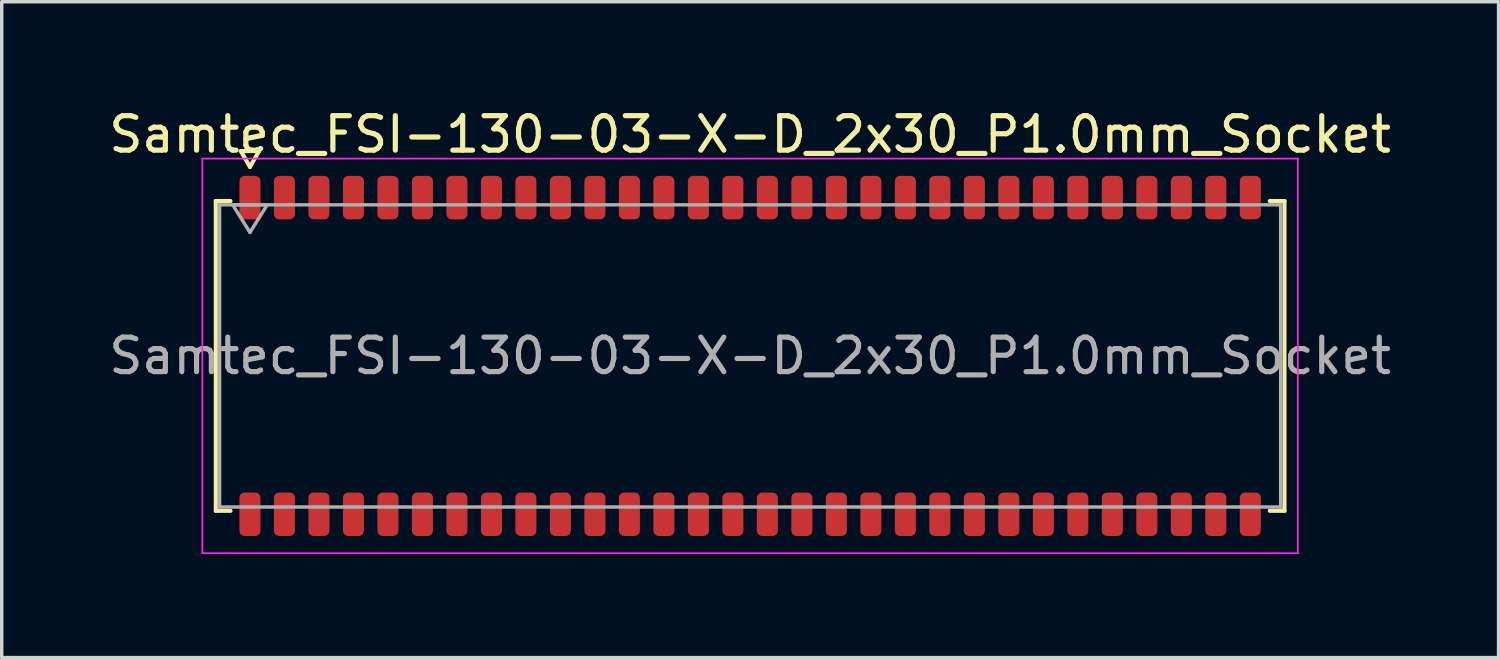
<source format=kicad_pcb>
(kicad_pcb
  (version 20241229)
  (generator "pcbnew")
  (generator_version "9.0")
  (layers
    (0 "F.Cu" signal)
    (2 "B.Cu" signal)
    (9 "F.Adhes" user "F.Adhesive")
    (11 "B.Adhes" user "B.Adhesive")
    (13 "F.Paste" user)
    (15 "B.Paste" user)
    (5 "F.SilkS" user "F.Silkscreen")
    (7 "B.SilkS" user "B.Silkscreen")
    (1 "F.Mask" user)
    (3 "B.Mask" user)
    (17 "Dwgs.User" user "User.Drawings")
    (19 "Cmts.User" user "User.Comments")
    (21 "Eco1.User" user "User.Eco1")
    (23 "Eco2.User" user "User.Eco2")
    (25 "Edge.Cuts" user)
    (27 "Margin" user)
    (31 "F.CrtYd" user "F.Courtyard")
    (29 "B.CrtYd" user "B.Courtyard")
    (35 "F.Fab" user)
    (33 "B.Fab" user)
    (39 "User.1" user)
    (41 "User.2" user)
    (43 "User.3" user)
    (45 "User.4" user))
  (footprint "Samtec_FSI-130-03-X-D_2x30_P1.0mm_Socket"
    (layer "F.Cu")
    (at 18.696 7.268)
    (property "Reference" "Samtec_FSI-130-03-X-D_2x30_P1.0mm_Socket" (at 0 -6.42 0) (layer "F.SilkS") (effects (font (size 1 1) (thickness 0.15))))
    (attr smd)
    (fp_line (start -15.49 -4.49) (end -15.065 -4.49) (stroke (width 0.12) (type solid)) (layer "F.SilkS"))
    (fp_line (start -15.49 4.49) (end -15.49 -4.49) (stroke (width 0.12) (type solid)) (layer "F.SilkS"))
    (fp_line (start -15.065 4.49) (end -15.49 4.49) (stroke (width 0.12) (type solid)) (layer "F.SilkS"))
    (fp_line (start -14.764 -5.938) (end -14.5 -5.48) (stroke (width 0.12) (type solid)) (layer "F.SilkS"))
    (fp_line (start -14.5 -5.48) (end -14.236 -5.938) (stroke (width 0.12) (type solid)) (layer "F.SilkS"))
    (fp_line (start -14.236 -5.938) (end -14.764 -5.938) (stroke (width 0.12) (type solid)) (layer "F.SilkS"))
    (fp_line (start 15.065 -4.49) (end 15.49 -4.49) (stroke (width 0.12) (type solid)) (layer "F.SilkS"))
    (fp_line (start 15.49 -4.49) (end 15.49 4.49) (stroke (width 0.12) (type solid)) (layer "F.SilkS"))
    (fp_line (start 15.49 4.49) (end 15.065 4.49) (stroke (width 0.12) (type solid)) (layer "F.SilkS"))
    (fp_line (start -15.88 -5.72) (end -15.88 5.72) (stroke (width 0.05) (type solid)) (layer "F.CrtYd"))
    (fp_line (start -15.88 5.72) (end 15.88 5.72) (stroke (width 0.05) (type solid)) (layer "F.CrtYd"))
    (fp_line (start 15.88 -5.72) (end -15.88 -5.72) (stroke (width 0.05) (type solid)) (layer "F.CrtYd"))
    (fp_line (start 15.88 5.72) (end 15.88 -5.72) (stroke (width 0.05) (type solid)) (layer "F.CrtYd"))
    (fp_line (start -15.38 -4.38) (end 15.38 -4.38) (stroke (width 0.1) (type solid)) (layer "F.Fab"))
    (fp_line (start -15.38 4.38) (end -15.38 -4.38) (stroke (width 0.1) (type solid)) (layer "F.Fab"))
    (fp_line (start -15 -4.38) (end -14.5 -3.58) (stroke (width 0.1) (type solid)) (layer "F.Fab"))
    (fp_line (start -14.5 -3.58) (end -14 -4.38) (stroke (width 0.1) (type solid)) (layer "F.Fab"))
    (fp_line (start -14 -4.38) (end -15 -4.38) (stroke (width 0.1) (type solid)) (layer "F.Fab"))
    (fp_line (start 15.38 -4.38) (end 15.38 4.38) (stroke (width 0.1) (type solid)) (layer "F.Fab"))
    (fp_line (start 15.38 4.38) (end -15.38 4.38) (stroke (width 0.1) (type solid)) (layer "F.Fab"))
    (fp_text user "${REFERENCE}" (at 0 0 0) (layer "F.Fab") (effects (font (size 1 1) (thickness 0.15))))
    (pad "1" smd roundrect (at -14.5 -4.59) (size 0.61 1.26) (layers "F.Cu" "F.Mask" "F.Paste") (roundrect_rratio 0.25))
    (pad "2" smd roundrect (at -14.5 4.59) (size 0.61 1.26) (layers "F.Cu" "F.Mask" "F.Paste") (roundrect_rratio 0.25))
    (pad "3" smd roundrect (at -13.5 -4.59) (size 0.61 1.26) (layers "F.Cu" "F.Mask" "F.Paste") (roundrect_rratio 0.25))
    (pad "4" smd roundrect (at -13.5 4.59) (size 0.61 1.26) (layers "F.Cu" "F.Mask" "F.Paste") (roundrect_rratio 0.25))
    (pad "5" smd roundrect (at -12.5 -4.59) (size 0.61 1.26) (layers "F.Cu" "F.Mask" "F.Paste") (roundrect_rratio 0.25))
    (pad "6" smd roundrect (at -12.5 4.59) (size 0.61 1.26) (layers "F.Cu" "F.Mask" "F.Paste") (roundrect_rratio 0.25))
    (pad "7" smd roundrect (at -11.5 -4.59) (size 0.61 1.26) (layers "F.Cu" "F.Mask" "F.Paste") (roundrect_rratio 0.25))
    (pad "8" smd roundrect (at -11.5 4.59) (size 0.61 1.26) (layers "F.Cu" "F.Mask" "F.Paste") (roundrect_rratio 0.25))
    (pad "9" smd roundrect (at -10.5 -4.59) (size 0.61 1.26) (layers "F.Cu" "F.Mask" "F.Paste") (roundrect_rratio 0.25))
    (pad "10" smd roundrect (at -10.5 4.59) (size 0.61 1.26) (layers "F.Cu" "F.Mask" "F.Paste") (roundrect_rratio 0.25))
    (pad "11" smd roundrect (at -9.5 -4.59) (size 0.61 1.26) (layers "F.Cu" "F.Mask" "F.Paste") (roundrect_rratio 0.25))
    (pad "12" smd roundrect (at -9.5 4.59) (size 0.61 1.26) (layers "F.Cu" "F.Mask" "F.Paste") (roundrect_rratio 0.25))
    (pad "13" smd roundrect (at -8.5 -4.59) (size 0.61 1.26) (layers "F.Cu" "F.Mask" "F.Paste") (roundrect_rratio 0.25))
    (pad "14" smd roundrect (at -8.5 4.59) (size 0.61 1.26) (layers "F.Cu" "F.Mask" "F.Paste") (roundrect_rratio 0.25))
    (pad "15" smd roundrect (at -7.5 -4.59) (size 0.61 1.26) (layers "F.Cu" "F.Mask" "F.Paste") (roundrect_rratio 0.25))
    (pad "16" smd roundrect (at -7.5 4.59) (size 0.61 1.26) (layers "F.Cu" "F.Mask" "F.Paste") (roundrect_rratio 0.25))
    (pad "17" smd roundrect (at -6.5 -4.59) (size 0.61 1.26) (layers "F.Cu" "F.Mask" "F.Paste") (roundrect_rratio 0.25))
    (pad "18" smd roundrect (at -6.5 4.59) (size 0.61 1.26) (layers "F.Cu" "F.Mask" "F.Paste") (roundrect_rratio 0.25))
    (pad "19" smd roundrect (at -5.5 -4.59) (size 0.61 1.26) (layers "F.Cu" "F.Mask" "F.Paste") (roundrect_rratio 0.25))
    (pad "20" smd roundrect (at -5.5 4.59) (size 0.61 1.26) (layers "F.Cu" "F.Mask" "F.Paste") (roundrect_rratio 0.25))
    (pad "21" smd roundrect (at -4.5 -4.59) (size 0.61 1.26) (layers "F.Cu" "F.Mask" "F.Paste") (roundrect_rratio 0.25))
    (pad "22" smd roundrect (at -4.5 4.59) (size 0.61 1.26) (layers "F.Cu" "F.Mask" "F.Paste") (roundrect_rratio 0.25))
    (pad "23" smd roundrect (at -3.5 -4.59) (size 0.61 1.26) (layers "F.Cu" "F.Mask" "F.Paste") (roundrect_rratio 0.25))
    (pad "24" smd roundrect (at -3.5 4.59) (size 0.61 1.26) (layers "F.Cu" "F.Mask" "F.Paste") (roundrect_rratio 0.25))
    (pad "25" smd roundrect (at -2.5 -4.59) (size 0.61 1.26) (layers "F.Cu" "F.Mask" "F.Paste") (roundrect_rratio 0.25))
    (pad "26" smd roundrect (at -2.5 4.59) (size 0.61 1.26) (layers "F.Cu" "F.Mask" "F.Paste") (roundrect_rratio 0.25))
    (pad "27" smd roundrect (at -1.5 -4.59) (size 0.61 1.26) (layers "F.Cu" "F.Mask" "F.Paste") (roundrect_rratio 0.25))
    (pad "28" smd roundrect (at -1.5 4.59) (size 0.61 1.26) (layers "F.Cu" "F.Mask" "F.Paste") (roundrect_rratio 0.25))
    (pad "29" smd roundrect (at -0.5 -4.59) (size 0.61 1.26) (layers "F.Cu" "F.Mask" "F.Paste") (roundrect_rratio 0.25))
    (pad "30" smd roundrect (at -0.5 4.59) (size 0.61 1.26) (layers "F.Cu" "F.Mask" "F.Paste") (roundrect_rratio 0.25))
    (pad "31" smd roundrect (at 0.5 -4.59) (size 0.61 1.26) (layers "F.Cu" "F.Mask" "F.Paste") (roundrect_rratio 0.25))
    (pad "32" smd roundrect (at 0.5 4.59) (size 0.61 1.26) (layers "F.Cu" "F.Mask" "F.Paste") (roundrect_rratio 0.25))
    (pad "33" smd roundrect (at 1.5 -4.59) (size 0.61 1.26) (layers "F.Cu" "F.Mask" "F.Paste") (roundrect_rratio 0.25))
    (pad "34" smd roundrect (at 1.5 4.59) (size 0.61 1.26) (layers "F.Cu" "F.Mask" "F.Paste") (roundrect_rratio 0.25))
    (pad "35" smd roundrect (at 2.5 -4.59) (size 0.61 1.26) (layers "F.Cu" "F.Mask" "F.Paste") (roundrect_rratio 0.25))
    (pad "36" smd roundrect (at 2.5 4.59) (size 0.61 1.26) (layers "F.Cu" "F.Mask" "F.Paste") (roundrect_rratio 0.25))
    (pad "37" smd roundrect (at 3.5 -4.59) (size 0.61 1.26) (layers "F.Cu" "F.Mask" "F.Paste") (roundrect_rratio 0.25))
    (pad "38" smd roundrect (at 3.5 4.59) (size 0.61 1.26) (layers "F.Cu" "F.Mask" "F.Paste") (roundrect_rratio 0.25))
    (pad "39" smd roundrect (at 4.5 -4.59) (size 0.61 1.26) (layers "F.Cu" "F.Mask" "F.Paste") (roundrect_rratio 0.25))
    (pad "40" smd roundrect (at 4.5 4.59) (size 0.61 1.26) (layers "F.Cu" "F.Mask" "F.Paste") (roundrect_rratio 0.25))
    (pad "41" smd roundrect (at 5.5 -4.59) (size 0.61 1.26) (layers "F.Cu" "F.Mask" "F.Paste") (roundrect_rratio 0.25))
    (pad "42" smd roundrect (at 5.5 4.59) (size 0.61 1.26) (layers "F.Cu" "F.Mask" "F.Paste") (roundrect_rratio 0.25))
    (pad "43" smd roundrect (at 6.5 -4.59) (size 0.61 1.26) (layers "F.Cu" "F.Mask" "F.Paste") (roundrect_rratio 0.25))
    (pad "44" smd roundrect (at 6.5 4.59) (size 0.61 1.26) (layers "F.Cu" "F.Mask" "F.Paste") (roundrect_rratio 0.25))
    (pad "45" smd roundrect (at 7.5 -4.59) (size 0.61 1.26) (layers "F.Cu" "F.Mask" "F.Paste") (roundrect_rratio 0.25))
    (pad "46" smd roundrect (at 7.5 4.59) (size 0.61 1.26) (layers "F.Cu" "F.Mask" "F.Paste") (roundrect_rratio 0.25))
    (pad "47" smd roundrect (at 8.5 -4.59) (size 0.61 1.26) (layers "F.Cu" "F.Mask" "F.Paste") (roundrect_rratio 0.25))
    (pad "48" smd roundrect (at 8.5 4.59) (size 0.61 1.26) (layers "F.Cu" "F.Mask" "F.Paste") (roundrect_rratio 0.25))
    (pad "49" smd roundrect (at 9.5 -4.59) (size 0.61 1.26) (layers "F.Cu" "F.Mask" "F.Paste") (roundrect_rratio 0.25))
    (pad "50" smd roundrect (at 9.5 4.59) (size 0.61 1.26) (layers "F.Cu" "F.Mask" "F.Paste") (roundrect_rratio 0.25))
    (pad "51" smd roundrect (at 10.5 -4.59) (size 0.61 1.26) (layers "F.Cu" "F.Mask" "F.Paste") (roundrect_rratio 0.25))
    (pad "52" smd roundrect (at 10.5 4.59) (size 0.61 1.26) (layers "F.Cu" "F.Mask" "F.Paste") (roundrect_rratio 0.25))
    (pad "53" smd roundrect (at 11.5 -4.59) (size 0.61 1.26) (layers "F.Cu" "F.Mask" "F.Paste") (roundrect_rratio 0.25))
    (pad "54" smd roundrect (at 11.5 4.59) (size 0.61 1.26) (layers "F.Cu" "F.Mask" "F.Paste") (roundrect_rratio 0.25))
    (pad "55" smd roundrect (at 12.5 -4.59) (size 0.61 1.26) (layers "F.Cu" "F.Mask" "F.Paste") (roundrect_rratio 0.25))
    (pad "56" smd roundrect (at 12.5 4.59) (size 0.61 1.26) (layers "F.Cu" "F.Mask" "F.Paste") (roundrect_rratio 0.25))
    (pad "57" smd roundrect (at 13.5 -4.59) (size 0.61 1.26) (layers "F.Cu" "F.Mask" "F.Paste") (roundrect_rratio 0.25))
    (pad "58" smd roundrect (at 13.5 4.59) (size 0.61 1.26) (layers "F.Cu" "F.Mask" "F.Paste") (roundrect_rratio 0.25))
    (pad "59" smd roundrect (at 14.5 -4.59) (size 0.61 1.26) (layers "F.Cu" "F.Mask" "F.Paste") (roundrect_rratio 0.25))
    (pad "60" smd roundrect (at 14.5 4.59) (size 0.61 1.26) (layers "F.Cu" "F.Mask" "F.Paste") (roundrect_rratio 0.25)))
  (gr_rect
    (start -3 -3)
    (end 40.393 16.013)
    (stroke (width 0.1) (type default))
    (fill no)
    (layer "Edge.Cuts")))
</source>
